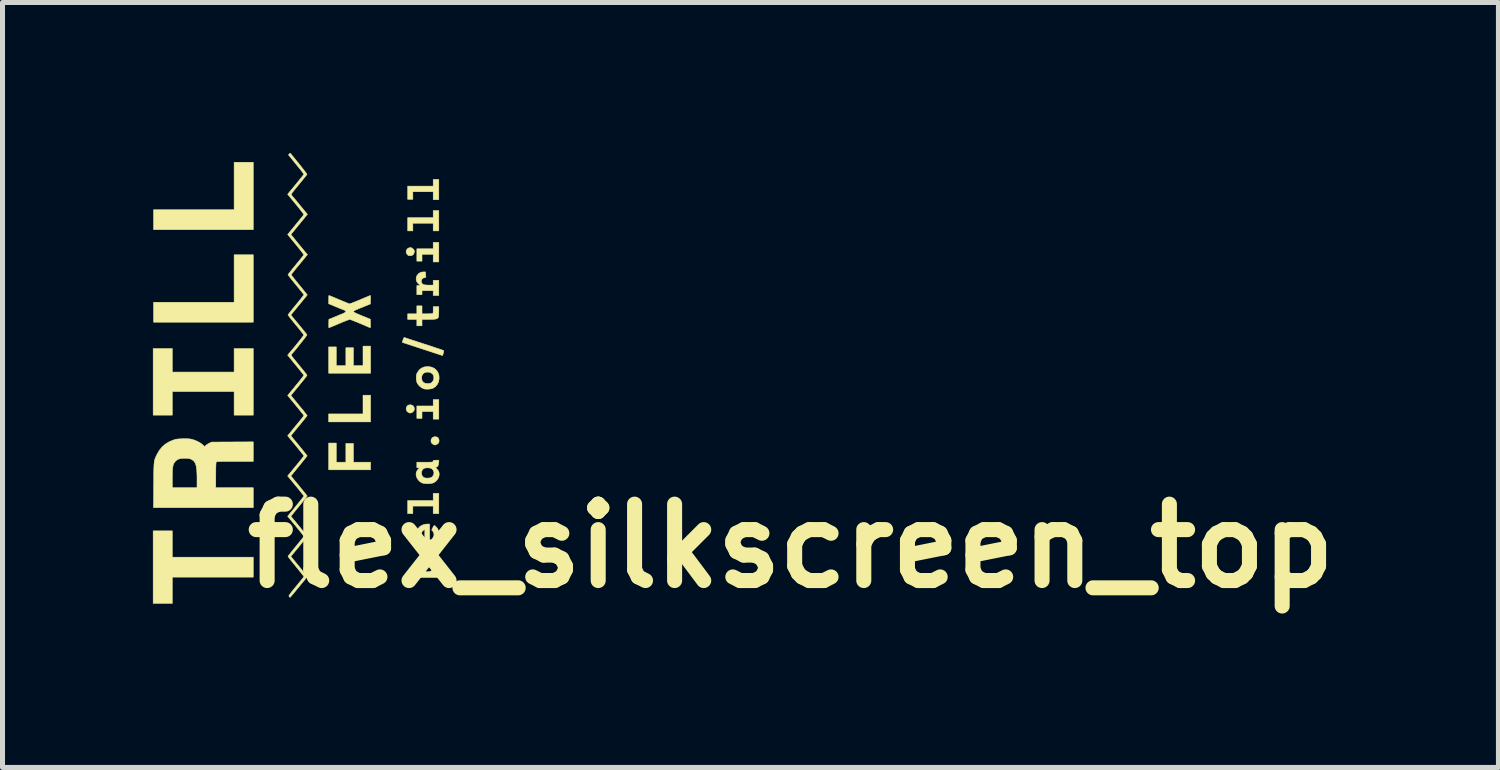
<source format=kicad_pcb>
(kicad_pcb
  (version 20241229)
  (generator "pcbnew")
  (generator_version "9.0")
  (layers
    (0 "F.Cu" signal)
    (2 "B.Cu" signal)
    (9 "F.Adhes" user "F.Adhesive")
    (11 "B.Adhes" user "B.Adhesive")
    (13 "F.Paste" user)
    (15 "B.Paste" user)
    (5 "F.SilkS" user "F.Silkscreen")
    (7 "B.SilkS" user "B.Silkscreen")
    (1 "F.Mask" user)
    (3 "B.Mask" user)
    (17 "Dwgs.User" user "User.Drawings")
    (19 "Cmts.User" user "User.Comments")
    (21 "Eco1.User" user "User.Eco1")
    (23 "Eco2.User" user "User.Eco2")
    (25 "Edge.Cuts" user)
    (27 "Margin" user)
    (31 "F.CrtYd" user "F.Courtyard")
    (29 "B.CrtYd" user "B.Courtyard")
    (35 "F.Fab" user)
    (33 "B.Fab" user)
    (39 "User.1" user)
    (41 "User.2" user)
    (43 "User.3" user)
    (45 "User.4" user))
  (footprint "flex_silkscreen_top"
    (layer "F.Cu")
    (at 12.729 7.841)
    (property "Reference" "flex_silkscreen_top" (at 0 0 0) (layer "F.SilkS") (effects (font (size 1.524 1.524) (thickness 0.3))))
    (attr through_hole)
    (fp_poly (pts (xy -10.727 -6.31) (xy -12.716 -6.31) (xy -12.716 -6.708) (xy -11.109 -6.708) (xy -11.109 -7.655) (xy -10.727 -7.655) (xy -10.727 -6.31)) (stroke (width 0.01) (type solid)) (fill yes) (layer "F.SilkS"))
    (fp_poly (pts (xy -10.727 -4.464) (xy -12.716 -4.464) (xy -12.716 -4.862) (xy -11.109 -4.862) (xy -11.109 -5.809) (xy -10.727 -5.809) (xy -10.727 -4.464)) (stroke (width 0.01) (type solid)) (fill yes) (layer "F.SilkS"))
    (fp_poly (pts (xy -8.387 -2.475) (xy -9.223 -2.475) (xy -9.223 -2.634) (xy -8.538 -2.634) (xy -8.538 -3.008) (xy -8.387 -3.008) (xy -8.387 -2.475)) (stroke (width 0.01) (type solid)) (fill yes) (layer "F.SilkS"))
    (fp_poly (pts (xy -12.342 0.223) (xy -10.727 0.223) (xy -10.727 0.621) (xy -12.342 0.621) (xy -12.342 1.146) (xy -12.724 1.146) (xy -12.724 -0.302) (xy -12.342 -0.302) (xy -12.342 0.223)) (stroke (width 0.01) (type solid)) (fill yes) (layer "F.SilkS"))
    (fp_poly (pts (xy -9.071 -1.671) (xy -8.88 -1.671) (xy -8.88 -2.045) (xy -8.729 -2.045) (xy -8.729 -1.671) (xy -8.387 -1.671) (xy -8.387 -1.52) (xy -9.223 -1.52) (xy -9.223 -2.053) (xy -9.071 -2.053) (xy -9.071 -1.671)) (stroke (width 0.01) (type solid)) (fill yes) (layer "F.SilkS"))
    (fp_poly (pts (xy -7.026 -6.907) (xy -7.138 -6.907) (xy -7.138 -7.066) (xy -7.544 -7.066) (xy -7.544 -6.915) (xy -7.647 -6.915) (xy -7.647 -7.178) (xy -7.138 -7.178) (xy -7.138 -7.313) (xy -7.026 -7.313) (xy -7.026 -6.907)) (stroke (width 0.01) (type solid)) (fill yes) (layer "F.SilkS"))
    (fp_poly (pts (xy -7.026 -6.286) (xy -7.138 -6.286) (xy -7.138 -6.438) (xy -7.544 -6.438) (xy -7.544 -6.286) (xy -7.647 -6.286) (xy -7.647 -6.549) (xy -7.138 -6.549) (xy -7.138 -6.692) (xy -7.026 -6.692) (xy -7.026 -6.286)) (stroke (width 0.01) (type solid)) (fill yes) (layer "F.SilkS"))
    (fp_poly (pts (xy -7.026 -5.666) (xy -7.138 -5.666) (xy -7.138 -5.817) (xy -7.361 -5.817) (xy -7.361 -5.682) (xy -7.464 -5.682) (xy -7.464 -5.928) (xy -7.138 -5.928) (xy -7.138 -6.056) (xy -7.026 -6.056) (xy -7.026 -5.666)) (stroke (width 0.01) (type solid)) (fill yes) (layer "F.SilkS"))
    (fp_poly (pts (xy -7.026 -2.53) (xy -7.138 -2.53) (xy -7.138 -2.682) (xy -7.361 -2.682) (xy -7.361 -2.546) (xy -7.464 -2.546) (xy -7.464 -2.793) (xy -7.138 -2.793) (xy -7.138 -2.92) (xy -7.026 -2.92) (xy -7.026 -2.53)) (stroke (width 0.01) (type solid)) (fill yes) (layer "F.SilkS"))
    (fp_poly (pts (xy -7.026 -0.645) (xy -7.138 -0.645) (xy -7.138 -0.796) (xy -7.544 -0.796) (xy -7.544 -0.645) (xy -7.647 -0.645) (xy -7.647 -0.907) (xy -7.138 -0.907) (xy -7.138 -1.05) (xy -7.026 -1.05) (xy -7.026 -0.645)) (stroke (width 0.01) (type solid)) (fill yes) (layer "F.SilkS"))
    (fp_poly (pts (xy -12.342 -3.469) (xy -11.109 -3.469) (xy -11.109 -3.939) (xy -10.727 -3.939) (xy -10.727 -2.61) (xy -11.109 -2.61) (xy -11.109 -3.08) (xy -12.342 -3.08) (xy -12.342 -2.61) (xy -12.724 -2.61) (xy -12.724 -3.939) (xy -12.342 -3.939) (xy -12.342 -3.469)) (stroke (width 0.01) (type solid)) (fill yes) (layer "F.SilkS"))
    (fp_poly (pts (xy -8.387 -3.446) (xy -9.223 -3.446) (xy -9.223 -3.971) (xy -9.071 -3.971) (xy -9.071 -3.597) (xy -8.88 -3.597) (xy -8.88 -3.955) (xy -8.729 -3.955) (xy -8.729 -3.597) (xy -8.538 -3.597) (xy -8.538 -3.987) (xy -8.387 -3.987) (xy -8.387 -3.446)) (stroke (width 0.01) (type solid)) (fill yes) (layer "F.SilkS"))
    (fp_poly (pts (xy -7.562 -2.81) (xy -7.536 -2.793) (xy -7.52 -2.769) (xy -7.513 -2.74) (xy -7.517 -2.711) (xy -7.531 -2.685) (xy -7.557 -2.664) (xy -7.564 -2.661) (xy -7.585 -2.653) (xy -7.598 -2.651) (xy -7.613 -2.655) (xy -7.623 -2.659) (xy -7.654 -2.678) (xy -7.673 -2.707) (xy -7.678 -2.74) (xy -7.671 -2.77) (xy -7.652 -2.798) (xy -7.625 -2.813) (xy -7.596 -2.817) (xy -7.562 -2.81)) (stroke (width 0.01) (type solid)) (fill yes) (layer "F.SilkS"))
    (fp_poly (pts (xy -7.065 -2.174) (xy -7.039 -2.156) (xy -7.024 -2.125) (xy -7.021 -2.111) (xy -7.022 -2.075) (xy -7.038 -2.046) (xy -7.067 -2.026) (xy -7.071 -2.024) (xy -7.091 -2.016) (xy -7.106 -2.015) (xy -7.121 -2.019) (xy -7.135 -2.025) (xy -7.162 -2.044) (xy -7.178 -2.069) (xy -7.183 -2.098) (xy -7.177 -2.127) (xy -7.163 -2.153) (xy -7.139 -2.171) (xy -7.108 -2.18) (xy -7.101 -2.18) (xy -7.065 -2.174)) (stroke (width 0.01) (type solid)) (fill yes) (layer "F.SilkS"))
    (fp_poly (pts (xy -7.567 -5.947) (xy -7.542 -5.929) (xy -7.538 -5.924) (xy -7.521 -5.906) (xy -7.514 -5.891) (xy -7.513 -5.872) (xy -7.514 -5.863) (xy -7.523 -5.833) (xy -7.537 -5.811) (xy -7.563 -5.795) (xy -7.594 -5.788) (xy -7.623 -5.791) (xy -7.628 -5.792) (xy -7.651 -5.809) (xy -7.669 -5.834) (xy -7.679 -5.861) (xy -7.679 -5.866) (xy -7.672 -5.902) (xy -7.652 -5.93) (xy -7.623 -5.947) (xy -7.59 -5.952) (xy -7.567 -5.947)) (stroke (width 0.01) (type solid)) (fill yes) (layer "F.SilkS"))
    (fp_poly (pts (xy -7.706 -4.156) (xy -7.683 -4.149) (xy -7.649 -4.137) (xy -7.603 -4.122) (xy -7.548 -4.104) (xy -7.485 -4.084) (xy -7.416 -4.061) (xy -7.342 -4.037) (xy -7.321 -4.03) (xy -7.246 -4.006) (xy -7.175 -3.983) (xy -7.111 -3.961) (xy -7.054 -3.942) (xy -7.005 -3.926) (xy -6.968 -3.913) (xy -6.942 -3.904) (xy -6.929 -3.899) (xy -6.928 -3.899) (xy -6.927 -3.889) (xy -6.93 -3.868) (xy -6.936 -3.845) (xy -6.951 -3.798) (xy -7.756 -4.062) (xy -7.74 -4.112) (xy -7.73 -4.137) (xy -7.721 -4.154) (xy -7.715 -4.159) (xy -7.706 -4.156)) (stroke (width 0.01) (type solid)) (fill yes) (layer "F.SilkS"))
    (fp_poly (pts (xy -7.361 -4.631) (xy -7.262 -4.631) (xy -7.223 -4.632) (xy -7.189 -4.633) (xy -7.164 -4.634) (xy -7.151 -4.636) (xy -7.15 -4.636) (xy -7.144 -4.642) (xy -7.14 -4.654) (xy -7.138 -4.677) (xy -7.138 -4.708) (xy -7.138 -4.774) (xy -7.026 -4.774) (xy -7.026 -4.679) (xy -7.027 -4.64) (xy -7.029 -4.605) (xy -7.031 -4.578) (xy -7.034 -4.564) (xy -7.042 -4.549) (xy -7.056 -4.538) (xy -7.076 -4.53) (xy -7.105 -4.524) (xy -7.144 -4.521) (xy -7.197 -4.52) (xy -7.229 -4.52) (xy -7.361 -4.52) (xy -7.361 -4.392) (xy -7.464 -4.392) (xy -7.464 -4.52) (xy -7.647 -4.52) (xy -7.647 -4.631) (xy -7.464 -4.631) (xy -7.464 -4.79) (xy -7.361 -4.79) (xy -7.361 -4.631)) (stroke (width 0.01) (type solid)) (fill yes) (layer "F.SilkS"))
    (fp_poly (pts (xy -7.289 -5.429) (xy -7.288 -5.402) (xy -7.285 -5.38) (xy -7.284 -5.374) (xy -7.284 -5.363) (xy -7.292 -5.357) (xy -7.311 -5.353) (xy -7.343 -5.341) (xy -7.365 -5.319) (xy -7.375 -5.289) (xy -7.37 -5.256) (xy -7.368 -5.251) (xy -7.358 -5.233) (xy -7.342 -5.219) (xy -7.319 -5.211) (xy -7.285 -5.206) (xy -7.239 -5.204) (xy -7.226 -5.204) (xy -7.138 -5.204) (xy -7.138 -5.3) (xy -7.026 -5.3) (xy -7.026 -4.997) (xy -7.138 -4.997) (xy -7.138 -5.093) (xy -7.361 -5.093) (xy -7.361 -5.013) (xy -7.464 -5.013) (xy -7.464 -5.196) (xy -7.432 -5.196) (xy -7.412 -5.198) (xy -7.401 -5.202) (xy -7.4 -5.204) (xy -7.406 -5.212) (xy -7.408 -5.212) (xy -7.418 -5.217) (xy -7.434 -5.231) (xy -7.443 -5.24) (xy -7.467 -5.274) (xy -7.478 -5.313) (xy -7.476 -5.355) (xy -7.462 -5.394) (xy -7.438 -5.425) (xy -7.407 -5.449) (xy -7.373 -5.463) (xy -7.331 -5.467) (xy -7.328 -5.467) (xy -7.289 -5.467) (xy -7.289 -5.429)) (stroke (width 0.01) (type solid)) (fill yes) (layer "F.SilkS"))
    (fp_poly (pts (xy -7.223 -3.578) (xy -7.164 -3.566) (xy -7.113 -3.542) (xy -7.072 -3.505) (xy -7.061 -3.49) (xy -7.035 -3.445) (xy -7.022 -3.398) (xy -7.02 -3.344) (xy -7.02 -3.333) (xy -7.031 -3.275) (xy -7.055 -3.224) (xy -7.09 -3.182) (xy -7.134 -3.151) (xy -7.161 -3.139) (xy -7.191 -3.133) (xy -7.23 -3.129) (xy -7.27 -3.128) (xy -7.305 -3.131) (xy -7.321 -3.135) (xy -7.369 -3.156) (xy -7.411 -3.19) (xy -7.42 -3.199) (xy -7.447 -3.233) (xy -7.464 -3.267) (xy -7.472 -3.305) (xy -7.475 -3.349) (xy -7.368 -3.349) (xy -7.363 -3.311) (xy -7.356 -3.294) (xy -7.335 -3.265) (xy -7.305 -3.248) (xy -7.265 -3.24) (xy -7.24 -3.24) (xy -7.209 -3.243) (xy -7.188 -3.248) (xy -7.173 -3.257) (xy -7.162 -3.266) (xy -7.137 -3.3) (xy -7.125 -3.339) (xy -7.126 -3.379) (xy -7.14 -3.416) (xy -7.147 -3.426) (xy -7.176 -3.45) (xy -7.211 -3.465) (xy -7.25 -3.469) (xy -7.289 -3.464) (xy -7.323 -3.449) (xy -7.349 -3.425) (xy -7.352 -3.42) (xy -7.365 -3.388) (xy -7.368 -3.349) (xy -7.475 -3.349) (xy -7.475 -3.353) (xy -7.475 -3.354) (xy -7.474 -3.39) (xy -7.471 -3.417) (xy -7.463 -3.44) (xy -7.454 -3.459) (xy -7.42 -3.508) (xy -7.377 -3.545) (xy -7.325 -3.569) (xy -7.265 -3.579) (xy -7.223 -3.578)) (stroke (width 0.01) (type solid)) (fill yes) (layer "F.SilkS"))
    (fp_poly (pts (xy -7.206 0.176) (xy -7.157 0.184) (xy -7.142 0.188) (xy -7.099 0.21) (xy -7.065 0.241) (xy -7.039 0.279) (xy -7.023 0.322) (xy -7.017 0.366) (xy -7.022 0.409) (xy -7.038 0.449) (xy -7.065 0.479) (xy -7.084 0.498) (xy -7.088 0.509) (xy -7.078 0.516) (xy -7.058 0.517) (xy -7.026 0.517) (xy -7.026 0.629) (xy -7.647 0.629) (xy -7.647 0.517) (xy -7.524 0.517) (xy -7.479 0.517) (xy -7.442 0.516) (xy -7.416 0.514) (xy -7.402 0.511) (xy -7.4 0.51) (xy -7.406 0.501) (xy -7.421 0.488) (xy -7.424 0.485) (xy -7.454 0.455) (xy -7.472 0.418) (xy -7.473 0.417) (xy -7.372 0.417) (xy -7.361 0.452) (xy -7.339 0.482) (xy -7.31 0.502) (xy -7.265 0.515) (xy -7.221 0.513) (xy -7.188 0.502) (xy -7.164 0.488) (xy -7.145 0.471) (xy -7.141 0.466) (xy -7.127 0.432) (xy -7.124 0.392) (xy -7.131 0.354) (xy -7.134 0.346) (xy -7.154 0.317) (xy -7.181 0.298) (xy -7.217 0.288) (xy -7.251 0.286) (xy -7.281 0.287) (xy -7.301 0.291) (xy -7.317 0.298) (xy -7.332 0.311) (xy -7.358 0.343) (xy -7.371 0.379) (xy -7.372 0.417) (xy -7.473 0.417) (xy -7.479 0.376) (xy -7.475 0.333) (xy -7.46 0.29) (xy -7.437 0.251) (xy -7.404 0.218) (xy -7.362 0.194) (xy -7.356 0.191) (xy -7.312 0.18) (xy -7.259 0.175) (xy -7.206 0.176)) (stroke (width 0.01) (type solid)) (fill yes) (layer "F.SilkS"))
    (fp_poly (pts (xy -7.209 -0.279) (xy -7.209 -0.216) (xy -7.208 -0.168) (xy -7.206 -0.137) (xy -7.203 -0.121) (xy -7.201 -0.119) (xy -7.177 -0.127) (xy -7.154 -0.146) (xy -7.136 -0.174) (xy -7.124 -0.206) (xy -7.122 -0.227) (xy -7.126 -0.253) (xy -7.136 -0.279) (xy -7.149 -0.3) (xy -7.158 -0.308) (xy -7.165 -0.314) (xy -7.166 -0.322) (xy -7.16 -0.338) (xy -7.151 -0.355) (xy -7.135 -0.385) (xy -7.124 -0.402) (xy -7.115 -0.408) (xy -7.106 -0.405) (xy -7.092 -0.394) (xy -7.087 -0.389) (xy -7.052 -0.35) (xy -7.03 -0.302) (xy -7.02 -0.246) (xy -7.022 -0.183) (xy -7.037 -0.128) (xy -7.064 -0.082) (xy -7.104 -0.045) (xy -7.132 -0.029) (xy -7.174 -0.014) (xy -7.223 -0.005) (xy -7.271 -0.003) (xy -7.307 -0.008) (xy -7.364 -0.03) (xy -7.411 -0.063) (xy -7.446 -0.107) (xy -7.469 -0.16) (xy -7.477 -0.203) (xy -7.477 -0.206) (xy -7.376 -0.206) (xy -7.367 -0.172) (xy -7.365 -0.167) (xy -7.351 -0.147) (xy -7.333 -0.13) (xy -7.316 -0.12) (xy -7.311 -0.119) (xy -7.309 -0.127) (xy -7.307 -0.147) (xy -7.306 -0.178) (xy -7.305 -0.215) (xy -7.305 -0.223) (xy -7.305 -0.326) (xy -7.323 -0.319) (xy -7.347 -0.303) (xy -7.364 -0.275) (xy -7.374 -0.242) (xy -7.376 -0.206) (xy -7.477 -0.206) (xy -7.476 -0.259) (xy -7.462 -0.311) (xy -7.434 -0.356) (xy -7.397 -0.393) (xy -7.349 -0.419) (xy -7.294 -0.435) (xy -7.256 -0.438) (xy -7.209 -0.438) (xy -7.209 -0.279)) (stroke (width 0.01) (type solid)) (fill yes) (layer "F.SilkS"))
    (fp_poly (pts (xy -7.028 -1.659) (xy -7.035 -1.619) (xy -7.046 -1.592) (xy -7.062 -1.577) (xy -7.071 -1.576) (xy -7.084 -1.571) (xy -7.084 -1.56) (xy -7.072 -1.544) (xy -7.066 -1.538) (xy -7.037 -1.505) (xy -7.021 -1.465) (xy -7.018 -1.422) (xy -7.026 -1.379) (xy -7.046 -1.337) (xy -7.076 -1.299) (xy -7.117 -1.268) (xy -7.126 -1.263) (xy -7.155 -1.253) (xy -7.195 -1.246) (xy -7.24 -1.243) (xy -7.285 -1.244) (xy -7.326 -1.248) (xy -7.352 -1.255) (xy -7.396 -1.278) (xy -7.433 -1.313) (xy -7.461 -1.356) (xy -7.477 -1.402) (xy -7.48 -1.433) (xy -7.476 -1.46) (xy -7.372 -1.46) (xy -7.368 -1.425) (xy -7.353 -1.393) (xy -7.328 -1.368) (xy -7.322 -1.365) (xy -7.294 -1.356) (xy -7.259 -1.353) (xy -7.221 -1.355) (xy -7.188 -1.362) (xy -7.171 -1.369) (xy -7.146 -1.393) (xy -7.128 -1.426) (xy -7.122 -1.462) (xy -7.129 -1.492) (xy -7.146 -1.521) (xy -7.17 -1.544) (xy -7.177 -1.547) (xy -7.203 -1.555) (xy -7.238 -1.559) (xy -7.274 -1.558) (xy -7.306 -1.553) (xy -7.32 -1.548) (xy -7.348 -1.526) (xy -7.365 -1.495) (xy -7.372 -1.46) (xy -7.476 -1.46) (xy -7.476 -1.462) (xy -7.465 -1.492) (xy -7.45 -1.518) (xy -7.435 -1.534) (xy -7.433 -1.535) (xy -7.418 -1.547) (xy -7.419 -1.555) (xy -7.435 -1.56) (xy -7.44 -1.56) (xy -7.464 -1.56) (xy -7.464 -1.671) (xy -7.313 -1.671) (xy -7.265 -1.671) (xy -7.222 -1.672) (xy -7.187 -1.673) (xy -7.162 -1.674) (xy -7.15 -1.676) (xy -7.15 -1.676) (xy -7.14 -1.687) (xy -7.138 -1.696) (xy -7.136 -1.704) (xy -7.129 -1.708) (xy -7.112 -1.71) (xy -7.084 -1.711) (xy -7.081 -1.711) (xy -7.024 -1.711) (xy -7.028 -1.659)) (stroke (width 0.01) (type solid)) (fill yes) (layer "F.SilkS"))
    (fp_poly (pts (xy -12.04 -2.139) (xy -12.005 -2.137) (xy -11.974 -2.133) (xy -11.956 -2.129) (xy -11.899 -2.112) (xy -11.841 -2.087) (xy -11.786 -2.057) (xy -11.741 -2.024) (xy -11.735 -2.019) (xy -11.697 -1.983) (xy -11.671 -2.008) (xy -11.649 -2.025) (xy -11.62 -2.043) (xy -11.602 -2.052) (xy -11.558 -2.073) (xy -11.142 -2.075) (xy -10.727 -2.077) (xy -10.727 -1.687) (xy -11.092 -1.687) (xy -11.178 -1.687) (xy -11.249 -1.687) (xy -11.308 -1.687) (xy -11.354 -1.686) (xy -11.39 -1.685) (xy -11.417 -1.684) (xy -11.436 -1.683) (xy -11.45 -1.681) (xy -11.458 -1.679) (xy -11.463 -1.676) (xy -11.466 -1.673) (xy -11.466 -1.672) (xy -11.469 -1.659) (xy -11.471 -1.631) (xy -11.473 -1.589) (xy -11.474 -1.534) (xy -11.474 -1.468) (xy -11.475 -1.409) (xy -11.475 -1.162) (xy -10.727 -1.162) (xy -10.727 -0.764) (xy -12.717 -0.764) (xy -12.714 -1.212) (xy -12.713 -1.311) (xy -12.713 -1.348) (xy -12.342 -1.348) (xy -12.342 -1.162) (xy -11.849 -1.162) (xy -11.849 -1.311) (xy -11.849 -1.397) (xy -11.852 -1.469) (xy -11.856 -1.529) (xy -11.863 -1.578) (xy -11.872 -1.618) (xy -11.884 -1.65) (xy -11.899 -1.676) (xy -11.918 -1.699) (xy -11.921 -1.701) (xy -11.952 -1.724) (xy -11.991 -1.74) (xy -12.039 -1.748) (xy -12.1 -1.75) (xy -12.114 -1.749) (xy -12.167 -1.745) (xy -12.208 -1.736) (xy -12.241 -1.722) (xy -12.268 -1.701) (xy -12.279 -1.69) (xy -12.297 -1.669) (xy -12.311 -1.646) (xy -12.322 -1.621) (xy -12.33 -1.589) (xy -12.335 -1.551) (xy -12.339 -1.503) (xy -12.341 -1.443) (xy -12.342 -1.37) (xy -12.342 -1.348) (xy -12.713 -1.348) (xy -12.713 -1.396) (xy -12.712 -1.468) (xy -12.711 -1.529) (xy -12.709 -1.58) (xy -12.707 -1.622) (xy -12.704 -1.657) (xy -12.7 -1.686) (xy -12.696 -1.711) (xy -12.689 -1.733) (xy -12.682 -1.754) (xy -12.673 -1.775) (xy -12.662 -1.798) (xy -12.649 -1.824) (xy -12.648 -1.826) (xy -12.601 -1.908) (xy -12.543 -1.978) (xy -12.476 -2.036) (xy -12.398 -2.082) (xy -12.322 -2.113) (xy -12.294 -2.122) (xy -12.269 -2.129) (xy -12.241 -2.133) (xy -12.208 -2.136) (xy -12.165 -2.138) (xy -12.138 -2.139) (xy -12.083 -2.14) (xy -12.04 -2.139)) (stroke (width 0.01) (type solid)) (fill yes) (layer "F.SilkS"))
    (fp_poly (pts (xy -8.389 -4.99) (xy -8.388 -4.97) (xy -8.388 -4.94) (xy -8.389 -4.913) (xy -8.391 -4.828) (xy -8.56 -4.759) (xy -8.615 -4.737) (xy -8.657 -4.719) (xy -8.688 -4.706) (xy -8.708 -4.695) (xy -8.721 -4.687) (xy -8.727 -4.681) (xy -8.727 -4.676) (xy -8.723 -4.669) (xy -8.712 -4.661) (xy -8.692 -4.65) (xy -8.661 -4.635) (xy -8.619 -4.617) (xy -8.564 -4.594) (xy -8.558 -4.591) (xy -8.391 -4.523) (xy -8.389 -4.437) (xy -8.388 -4.398) (xy -8.389 -4.372) (xy -8.391 -4.359) (xy -8.395 -4.355) (xy -8.397 -4.355) (xy -8.407 -4.359) (xy -8.429 -4.368) (xy -8.462 -4.382) (xy -8.503 -4.4) (xy -8.551 -4.42) (xy -8.597 -4.439) (xy -8.649 -4.461) (xy -8.697 -4.481) (xy -8.739 -4.497) (xy -8.772 -4.51) (xy -8.795 -4.518) (xy -8.804 -4.52) (xy -8.815 -4.517) (xy -8.839 -4.508) (xy -8.874 -4.495) (xy -8.917 -4.478) (xy -8.965 -4.458) (xy -9.017 -4.436) (xy -9.069 -4.414) (xy -9.117 -4.394) (xy -9.157 -4.377) (xy -9.189 -4.364) (xy -9.21 -4.356) (xy -9.219 -4.353) (xy -9.219 -4.353) (xy -9.22 -4.36) (xy -9.221 -4.38) (xy -9.221 -4.41) (xy -9.221 -4.437) (xy -9.219 -4.521) (xy -9.05 -4.59) (xy -8.995 -4.613) (xy -8.953 -4.63) (xy -8.922 -4.644) (xy -8.902 -4.655) (xy -8.889 -4.663) (xy -8.883 -4.67) (xy -8.881 -4.676) (xy -8.881 -4.676) (xy -8.887 -4.693) (xy -8.902 -4.701) (xy -8.916 -4.706) (xy -8.942 -4.717) (xy -8.978 -4.731) (xy -9.02 -4.748) (xy -9.066 -4.767) (xy -9.073 -4.77) (xy -9.223 -4.832) (xy -9.223 -4.915) (xy -9.222 -4.949) (xy -9.221 -4.976) (xy -9.219 -4.993) (xy -9.217 -4.997) (xy -9.208 -4.994) (xy -9.187 -4.986) (xy -9.155 -4.973) (xy -9.114 -4.956) (xy -9.067 -4.936) (xy -9.015 -4.914) (xy -9.014 -4.914) (xy -8.961 -4.891) (xy -8.913 -4.872) (xy -8.871 -4.855) (xy -8.838 -4.841) (xy -8.815 -4.833) (xy -8.804 -4.83) (xy -8.794 -4.833) (xy -8.771 -4.842) (xy -8.737 -4.855) (xy -8.695 -4.871) (xy -8.646 -4.891) (xy -8.593 -4.913) (xy -8.592 -4.914) (xy -8.54 -4.936) (xy -8.492 -4.956) (xy -8.452 -4.972) (xy -8.42 -4.986) (xy -8.399 -4.994) (xy -8.39 -4.997) (xy -8.39 -4.997) (xy -8.389 -4.99)) (stroke (width 0.01) (type solid)) (fill yes) (layer "F.SilkS"))
    (fp_poly (pts (xy -9.99 -7.836) (xy -9.954 -7.793) (xy -9.915 -7.746) (xy -9.875 -7.696) (xy -9.834 -7.647) (xy -9.795 -7.598) (xy -9.759 -7.552) (xy -9.726 -7.509) (xy -9.697 -7.473) (xy -9.676 -7.444) (xy -9.661 -7.424) (xy -9.655 -7.414) (xy -9.655 -7.413) (xy -9.661 -7.405) (xy -9.675 -7.386) (xy -9.698 -7.358) (xy -9.726 -7.323) (xy -9.76 -7.281) (xy -9.798 -7.235) (xy -9.818 -7.21) (xy -9.863 -7.156) (xy -9.898 -7.113) (xy -9.925 -7.079) (xy -9.944 -7.054) (xy -9.958 -7.035) (xy -9.966 -7.022) (xy -9.969 -7.013) (xy -9.969 -7.007) (xy -9.966 -7.002) (xy -9.964 -6.999) (xy -9.955 -6.989) (xy -9.938 -6.968) (xy -9.913 -6.938) (xy -9.882 -6.901) (xy -9.847 -6.859) (xy -9.809 -6.813) (xy -9.798 -6.799) (xy -9.647 -6.616) (xy -9.977 -6.213) (xy -9.83 -6.033) (xy -9.791 -5.986) (xy -9.755 -5.942) (xy -9.723 -5.903) (xy -9.696 -5.871) (xy -9.677 -5.848) (xy -9.665 -5.834) (xy -9.664 -5.833) (xy -9.646 -5.813) (xy -9.808 -5.616) (xy -9.848 -5.568) (xy -9.884 -5.524) (xy -9.915 -5.484) (xy -9.941 -5.452) (xy -9.959 -5.428) (xy -9.969 -5.414) (xy -9.971 -5.411) (xy -9.966 -5.403) (xy -9.952 -5.384) (xy -9.93 -5.356) (xy -9.902 -5.321) (xy -9.869 -5.279) (xy -9.831 -5.233) (xy -9.809 -5.206) (xy -9.77 -5.159) (xy -9.735 -5.115) (xy -9.704 -5.077) (xy -9.679 -5.045) (xy -9.661 -5.023) (xy -9.651 -5.01) (xy -9.65 -5.008) (xy -9.655 -5.001) (xy -9.669 -4.983) (xy -9.691 -4.957) (xy -9.72 -4.922) (xy -9.753 -4.881) (xy -9.791 -4.835) (xy -9.815 -4.806) (xy -9.978 -4.608) (xy -9.818 -4.415) (xy -9.779 -4.367) (xy -9.743 -4.323) (xy -9.711 -4.284) (xy -9.686 -4.252) (xy -9.667 -4.228) (xy -9.657 -4.214) (xy -9.655 -4.212) (xy -9.659 -4.204) (xy -9.672 -4.186) (xy -9.692 -4.159) (xy -9.718 -4.125) (xy -9.748 -4.086) (xy -9.782 -4.044) (xy -9.817 -4) (xy -9.852 -3.956) (xy -9.886 -3.914) (xy -9.918 -3.876) (xy -9.945 -3.844) (xy -9.964 -3.823) (xy -9.967 -3.818) (xy -9.969 -3.813) (xy -9.968 -3.806) (xy -9.963 -3.795) (xy -9.953 -3.78) (xy -9.937 -3.759) (xy -9.914 -3.73) (xy -9.884 -3.693) (xy -9.845 -3.645) (xy -9.818 -3.612) (xy -9.779 -3.564) (xy -9.743 -3.52) (xy -9.712 -3.481) (xy -9.686 -3.449) (xy -9.667 -3.425) (xy -9.657 -3.411) (xy -9.655 -3.408) (xy -9.656 -3.404) (xy -9.662 -3.394) (xy -9.673 -3.378) (xy -9.69 -3.355) (xy -9.713 -3.325) (xy -9.744 -3.287) (xy -9.783 -3.24) (xy -9.829 -3.182) (xy -9.885 -3.115) (xy -9.947 -3.039) (xy -9.977 -3.003) (xy -9.815 -2.805) (xy -9.775 -2.757) (xy -9.739 -2.713) (xy -9.708 -2.674) (xy -9.683 -2.642) (xy -9.664 -2.618) (xy -9.654 -2.604) (xy -9.652 -2.601) (xy -9.657 -2.594) (xy -9.671 -2.576) (xy -9.691 -2.55) (xy -9.717 -2.517) (xy -9.747 -2.481) (xy -9.749 -2.478) (xy -9.785 -2.433) (xy -9.824 -2.387) (xy -9.861 -2.341) (xy -9.894 -2.302) (xy -9.912 -2.279) (xy -9.977 -2.199) (xy -9.815 -2.002) (xy -9.775 -1.953) (xy -9.739 -1.909) (xy -9.708 -1.87) (xy -9.683 -1.838) (xy -9.664 -1.815) (xy -9.654 -1.801) (xy -9.652 -1.798) (xy -9.657 -1.791) (xy -9.671 -1.773) (xy -9.693 -1.746) (xy -9.721 -1.711) (xy -9.754 -1.669) (xy -9.792 -1.623) (xy -9.815 -1.595) (xy -9.977 -1.397) (xy -9.947 -1.361) (xy -9.88 -1.28) (xy -9.821 -1.208) (xy -9.771 -1.146) (xy -9.728 -1.094) (xy -9.695 -1.053) (xy -9.671 -1.023) (xy -9.657 -1.004) (xy -9.652 -0.997) (xy -9.657 -0.989) (xy -9.671 -0.971) (xy -9.692 -0.944) (xy -9.721 -0.908) (xy -9.754 -0.867) (xy -9.791 -0.821) (xy -9.815 -0.792) (xy -9.977 -0.593) (xy -9.947 -0.557) (xy -9.882 -0.479) (xy -9.827 -0.411) (xy -9.78 -0.354) (xy -9.742 -0.308) (xy -9.712 -0.27) (xy -9.689 -0.24) (xy -9.672 -0.218) (xy -9.661 -0.202) (xy -9.656 -0.193) (xy -9.655 -0.188) (xy -9.661 -0.18) (xy -9.676 -0.161) (xy -9.698 -0.133) (xy -9.727 -0.097) (xy -9.761 -0.056) (xy -9.798 -0.009) (xy -9.818 0.015) (xy -9.978 0.208) (xy -9.815 0.407) (xy -9.775 0.455) (xy -9.739 0.5) (xy -9.708 0.539) (xy -9.683 0.572) (xy -9.665 0.596) (xy -9.655 0.61) (xy -9.654 0.613) (xy -9.659 0.621) (xy -9.674 0.64) (xy -9.695 0.667) (xy -9.722 0.701) (xy -9.754 0.739) (xy -9.788 0.781) (xy -9.824 0.825) (xy -9.86 0.868) (xy -9.894 0.91) (xy -9.925 0.947) (xy -9.953 0.98) (xy -9.974 1.005) (xy -9.988 1.021) (xy -9.994 1.026) (xy -10.001 1.02) (xy -10.011 1.008) (xy -10.014 1.003) (xy -10.016 0.997) (xy -10.014 0.989) (xy -10.008 0.978) (xy -9.997 0.962) (xy -9.98 0.939) (xy -9.956 0.909) (xy -9.925 0.87) (xy -9.884 0.821) (xy -9.87 0.804) (xy -9.832 0.757) (xy -9.797 0.714) (xy -9.767 0.677) (xy -9.742 0.646) (xy -9.725 0.624) (xy -9.717 0.612) (xy -9.716 0.611) (xy -9.721 0.603) (xy -9.735 0.585) (xy -9.756 0.558) (xy -9.784 0.523) (xy -9.817 0.481) (xy -9.855 0.435) (xy -9.875 0.41) (xy -9.914 0.362) (xy -9.95 0.318) (xy -9.98 0.279) (xy -10.005 0.247) (xy -10.023 0.224) (xy -10.033 0.21) (xy -10.034 0.208) (xy -10.029 0.2) (xy -10.016 0.181) (xy -9.994 0.154) (xy -9.966 0.119) (xy -9.933 0.077) (xy -9.896 0.032) (xy -9.878 0.011) (xy -9.84 -0.037) (xy -9.804 -0.08) (xy -9.773 -0.119) (xy -9.748 -0.15) (xy -9.73 -0.173) (xy -9.72 -0.186) (xy -9.719 -0.188) (xy -9.719 -0.193) (xy -9.724 -0.201) (xy -9.734 -0.215) (xy -9.749 -0.235) (xy -9.77 -0.262) (xy -9.797 -0.297) (xy -9.833 -0.341) (xy -9.876 -0.394) (xy -9.928 -0.457) (xy -9.99 -0.532) (xy -9.991 -0.533) (xy -10.041 -0.593) (xy -9.878 -0.792) (xy -9.839 -0.84) (xy -9.803 -0.885) (xy -9.772 -0.924) (xy -9.746 -0.956) (xy -9.728 -0.98) (xy -9.718 -0.994) (xy -9.716 -0.997) (xy -9.721 -1.005) (xy -9.736 -1.024) (xy -9.761 -1.055) (xy -9.794 -1.097) (xy -9.837 -1.15) (xy -9.889 -1.213) (xy -9.948 -1.285) (xy -10.011 -1.361) (xy -10.041 -1.397) (xy -9.878 -1.595) (xy -9.839 -1.643) (xy -9.803 -1.687) (xy -9.772 -1.726) (xy -9.746 -1.758) (xy -9.728 -1.782) (xy -9.718 -1.795) (xy -9.716 -1.798) (xy -9.721 -1.806) (xy -9.735 -1.824) (xy -9.756 -1.851) (xy -9.784 -1.886) (xy -9.818 -1.927) (xy -9.855 -1.974) (xy -9.878 -2.002) (xy -10.041 -2.199) (xy -9.975 -2.279) (xy -9.948 -2.313) (xy -9.914 -2.355) (xy -9.876 -2.401) (xy -9.838 -2.447) (xy -9.813 -2.478) (xy -9.783 -2.515) (xy -9.756 -2.547) (xy -9.736 -2.574) (xy -9.722 -2.593) (xy -9.716 -2.601) (xy -9.716 -2.601) (xy -9.721 -2.609) (xy -9.735 -2.627) (xy -9.756 -2.654) (xy -9.784 -2.689) (xy -9.818 -2.731) (xy -9.855 -2.777) (xy -9.878 -2.805) (xy -10.041 -3.003) (xy -9.991 -3.063) (xy -9.929 -3.138) (xy -9.877 -3.202) (xy -9.833 -3.255) (xy -9.798 -3.299) (xy -9.77 -3.334) (xy -9.749 -3.361) (xy -9.734 -3.381) (xy -9.724 -3.395) (xy -9.719 -3.404) (xy -9.719 -3.408) (xy -9.719 -3.408) (xy -9.724 -3.417) (xy -9.739 -3.436) (xy -9.762 -3.464) (xy -9.79 -3.499) (xy -9.824 -3.541) (xy -9.862 -3.588) (xy -9.882 -3.612) (xy -10.041 -3.807) (xy -10.008 -3.847) (xy -9.958 -3.906) (xy -9.91 -3.963) (xy -9.866 -4.018) (xy -9.825 -4.068) (xy -9.79 -4.113) (xy -9.76 -4.151) (xy -9.738 -4.181) (xy -9.724 -4.202) (xy -9.719 -4.211) (xy -9.719 -4.212) (xy -9.725 -4.22) (xy -9.739 -4.239) (xy -9.762 -4.267) (xy -9.79 -4.303) (xy -9.824 -4.345) (xy -9.862 -4.391) (xy -9.879 -4.411) (xy -9.917 -4.458) (xy -9.952 -4.502) (xy -9.983 -4.54) (xy -10.007 -4.571) (xy -10.024 -4.594) (xy -10.033 -4.606) (xy -10.034 -4.609) (xy -10.029 -4.616) (xy -10.016 -4.635) (xy -9.994 -4.663) (xy -9.966 -4.698) (xy -9.933 -4.74) (xy -9.895 -4.786) (xy -9.874 -4.811) (xy -9.835 -4.859) (xy -9.8 -4.903) (xy -9.769 -4.941) (xy -9.745 -4.973) (xy -9.727 -4.997) (xy -9.718 -5.01) (xy -9.717 -5.013) (xy -9.723 -5.021) (xy -9.737 -5.039) (xy -9.759 -5.067) (xy -9.788 -5.102) (xy -9.821 -5.143) (xy -9.859 -5.189) (xy -9.877 -5.212) (xy -9.916 -5.259) (xy -9.951 -5.303) (xy -9.982 -5.341) (xy -10.006 -5.373) (xy -10.024 -5.396) (xy -10.033 -5.409) (xy -10.034 -5.411) (xy -10.029 -5.419) (xy -10.016 -5.437) (xy -9.994 -5.465) (xy -9.966 -5.5) (xy -9.933 -5.542) (xy -9.895 -5.587) (xy -9.878 -5.608) (xy -9.84 -5.655) (xy -9.804 -5.699) (xy -9.773 -5.737) (xy -9.748 -5.769) (xy -9.73 -5.792) (xy -9.72 -5.805) (xy -9.719 -5.807) (xy -9.722 -5.815) (xy -9.735 -5.834) (xy -9.756 -5.862) (xy -9.784 -5.898) (xy -9.817 -5.939) (xy -9.854 -5.986) (xy -9.878 -6.015) (xy -10.041 -6.213) (xy -9.882 -6.407) (xy -9.843 -6.455) (xy -9.807 -6.499) (xy -9.775 -6.538) (xy -9.749 -6.57) (xy -9.731 -6.594) (xy -9.72 -6.608) (xy -9.719 -6.61) (xy -9.723 -6.619) (xy -9.735 -6.637) (xy -9.756 -6.666) (xy -9.784 -6.701) (xy -9.817 -6.743) (xy -9.854 -6.789) (xy -9.878 -6.818) (xy -10.041 -7.016) (xy -9.881 -7.21) (xy -9.842 -7.258) (xy -9.806 -7.302) (xy -9.775 -7.341) (xy -9.749 -7.373) (xy -9.731 -7.397) (xy -9.72 -7.411) (xy -9.718 -7.414) (xy -9.722 -7.422) (xy -9.735 -7.441) (xy -9.756 -7.469) (xy -9.783 -7.504) (xy -9.816 -7.546) (xy -9.853 -7.591) (xy -9.87 -7.612) (xy -10.025 -7.802) (xy -10.009 -7.82) (xy -9.996 -7.832) (xy -9.99 -7.836) (xy -9.99 -7.836)) (stroke (width 0.01) (type solid)) (fill yes) (layer "F.SilkS")))
  (gr_rect
    (start -3 -3)
    (end 26.84 12.259)
    (stroke (width 0.1) (type default))
    (fill no)
    (layer "Edge.Cuts")))
</source>
